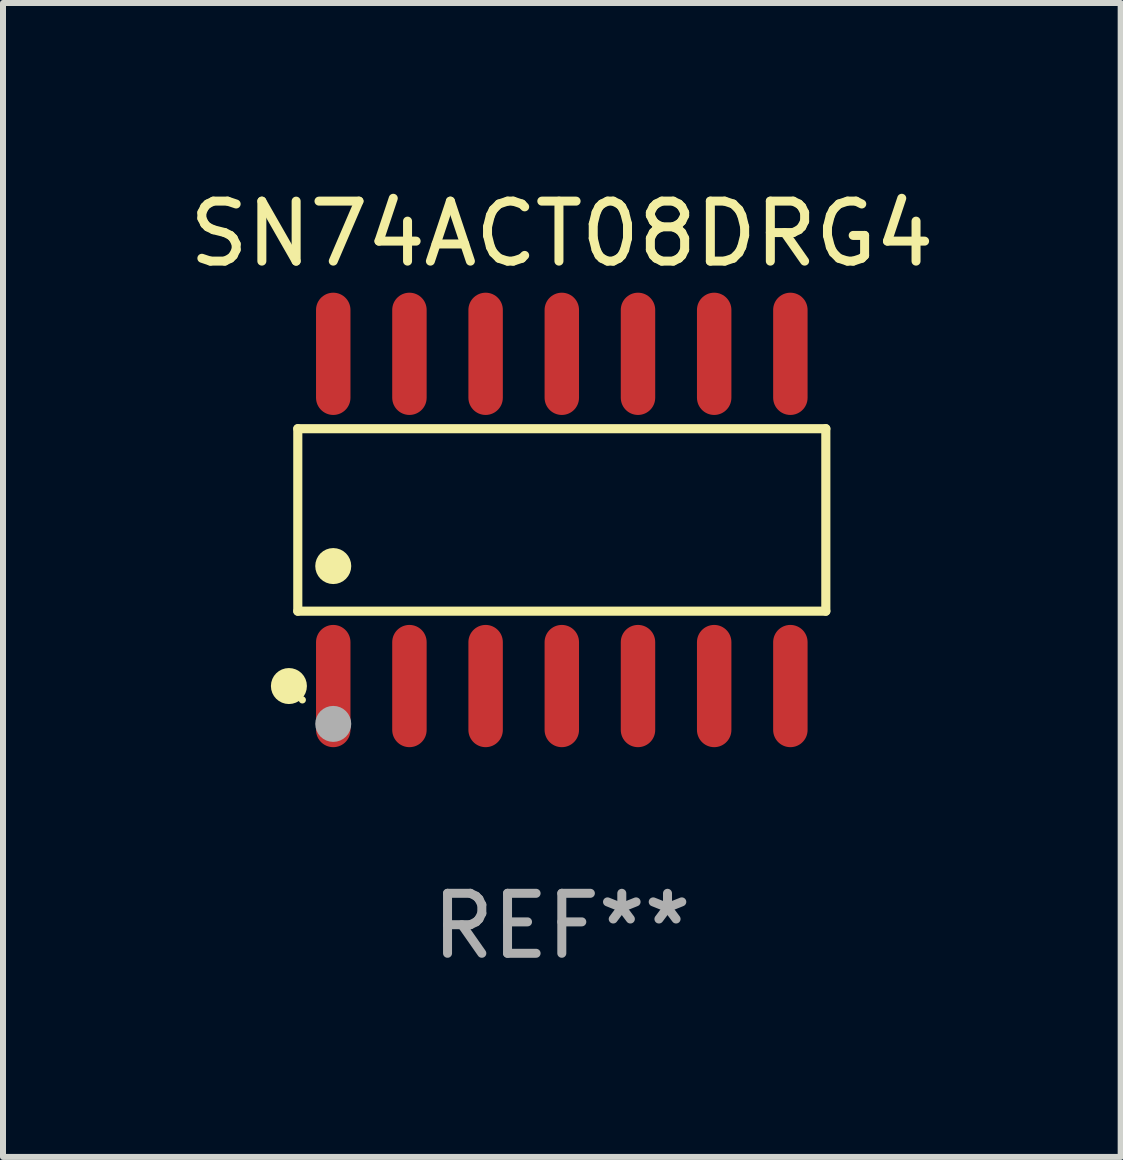
<source format=kicad_pcb>
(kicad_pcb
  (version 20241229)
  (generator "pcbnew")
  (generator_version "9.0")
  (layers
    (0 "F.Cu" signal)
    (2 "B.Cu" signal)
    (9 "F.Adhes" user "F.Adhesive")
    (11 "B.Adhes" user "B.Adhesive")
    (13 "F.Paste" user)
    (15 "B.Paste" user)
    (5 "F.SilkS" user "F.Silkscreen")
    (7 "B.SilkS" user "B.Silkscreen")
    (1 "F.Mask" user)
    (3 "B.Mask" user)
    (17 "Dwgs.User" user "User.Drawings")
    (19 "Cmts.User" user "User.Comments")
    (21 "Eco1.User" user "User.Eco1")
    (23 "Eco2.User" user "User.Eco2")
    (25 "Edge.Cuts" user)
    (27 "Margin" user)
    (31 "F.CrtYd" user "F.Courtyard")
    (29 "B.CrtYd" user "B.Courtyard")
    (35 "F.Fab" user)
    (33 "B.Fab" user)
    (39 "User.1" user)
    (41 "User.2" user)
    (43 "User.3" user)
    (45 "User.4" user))
  (footprint "SN74ACT08DRG4"
    (layer "F.Cu")
    (at 6.315 5.617)
    (property "Reference" "SN74ACT08DRG4" (at 0 -4.769 0) (layer "F.SilkS") (effects (font (size 1 1) (thickness 0.15))))
    (attr through_hole)
    (fp_line (start -4.401 -1.521) (end 4.401 -1.521) (stroke (width 0.152) (type solid)) (layer "F.SilkS"))
    (fp_line (start -4.401 1.521) (end -4.401 -1.521) (stroke (width 0.152) (type solid)) (layer "F.SilkS"))
    (fp_line (start 4.401 -1.521) (end 4.401 1.521) (stroke (width 0.152) (type solid)) (layer "F.SilkS"))
    (fp_line (start 4.401 1.521) (end -4.401 1.521) (stroke (width 0.152) (type solid)) (layer "F.SilkS"))
    (fp_circle (center -4.549 2.769) (end -4.399 2.769) (stroke (width 0.3) (type solid)) (fill no) (layer "F.SilkS"))
    (fp_circle (center -4.325 3) (end -4.295 3) (stroke (width 0.06) (type solid)) (fill no) (layer "F.SilkS"))
    (fp_circle (center -3.81 0.769) (end -3.66 0.769) (stroke (width 0.3) (type solid)) (fill no) (layer "F.SilkS"))
    (fp_circle (center -3.81 3.4) (end -3.66 3.4) (stroke (width 0.3) (type solid)) (fill no) (layer "F.Fab"))
    (fp_text user "REF**" (at 0 6.769 0) (layer "F.Fab") (effects (font (size 1 1) (thickness 0.15))))
    (pad "1" smd oval (at -3.81 2.769) (size 0.574 2.038) (layers "F.Cu" "F.Mask" "F.Paste"))
    (pad "2" smd oval (at -2.54 2.769) (size 0.574 2.038) (layers "F.Cu" "F.Mask" "F.Paste"))
    (pad "3" smd oval (at -1.27 2.769) (size 0.574 2.038) (layers "F.Cu" "F.Mask" "F.Paste"))
    (pad "4" smd oval (at 0 2.769) (size 0.574 2.038) (layers "F.Cu" "F.Mask" "F.Paste"))
    (pad "5" smd oval (at 1.27 2.769) (size 0.574 2.038) (layers "F.Cu" "F.Mask" "F.Paste"))
    (pad "6" smd oval (at 2.54 2.769) (size 0.574 2.038) (layers "F.Cu" "F.Mask" "F.Paste"))
    (pad "7" smd oval (at 3.81 2.769) (size 0.574 2.038) (layers "F.Cu" "F.Mask" "F.Paste"))
    (pad "8" smd oval (at 3.81 -2.769) (size 0.574 2.038) (layers "F.Cu" "F.Mask" "F.Paste"))
    (pad "9" smd oval (at 2.54 -2.769) (size 0.574 2.038) (layers "F.Cu" "F.Mask" "F.Paste"))
    (pad "10" smd oval (at 1.27 -2.769) (size 0.574 2.038) (layers "F.Cu" "F.Mask" "F.Paste"))
    (pad "11" smd oval (at 0 -2.769) (size 0.574 2.038) (layers "F.Cu" "F.Mask" "F.Paste"))
    (pad "12" smd oval (at -1.27 -2.769) (size 0.574 2.038) (layers "F.Cu" "F.Mask" "F.Paste"))
    (pad "13" smd oval (at -2.54 -2.769) (size 0.574 2.038) (layers "F.Cu" "F.Mask" "F.Paste"))
    (pad "14" smd oval (at -3.81 -2.769) (size 0.574 2.038) (layers "F.Cu" "F.Mask" "F.Paste")))
  (gr_rect
    (start -3 -3)
    (end 15.631 16.235)
    (stroke (width 0.1) (type default))
    (fill no)
    (layer "Edge.Cuts")))
</source>
